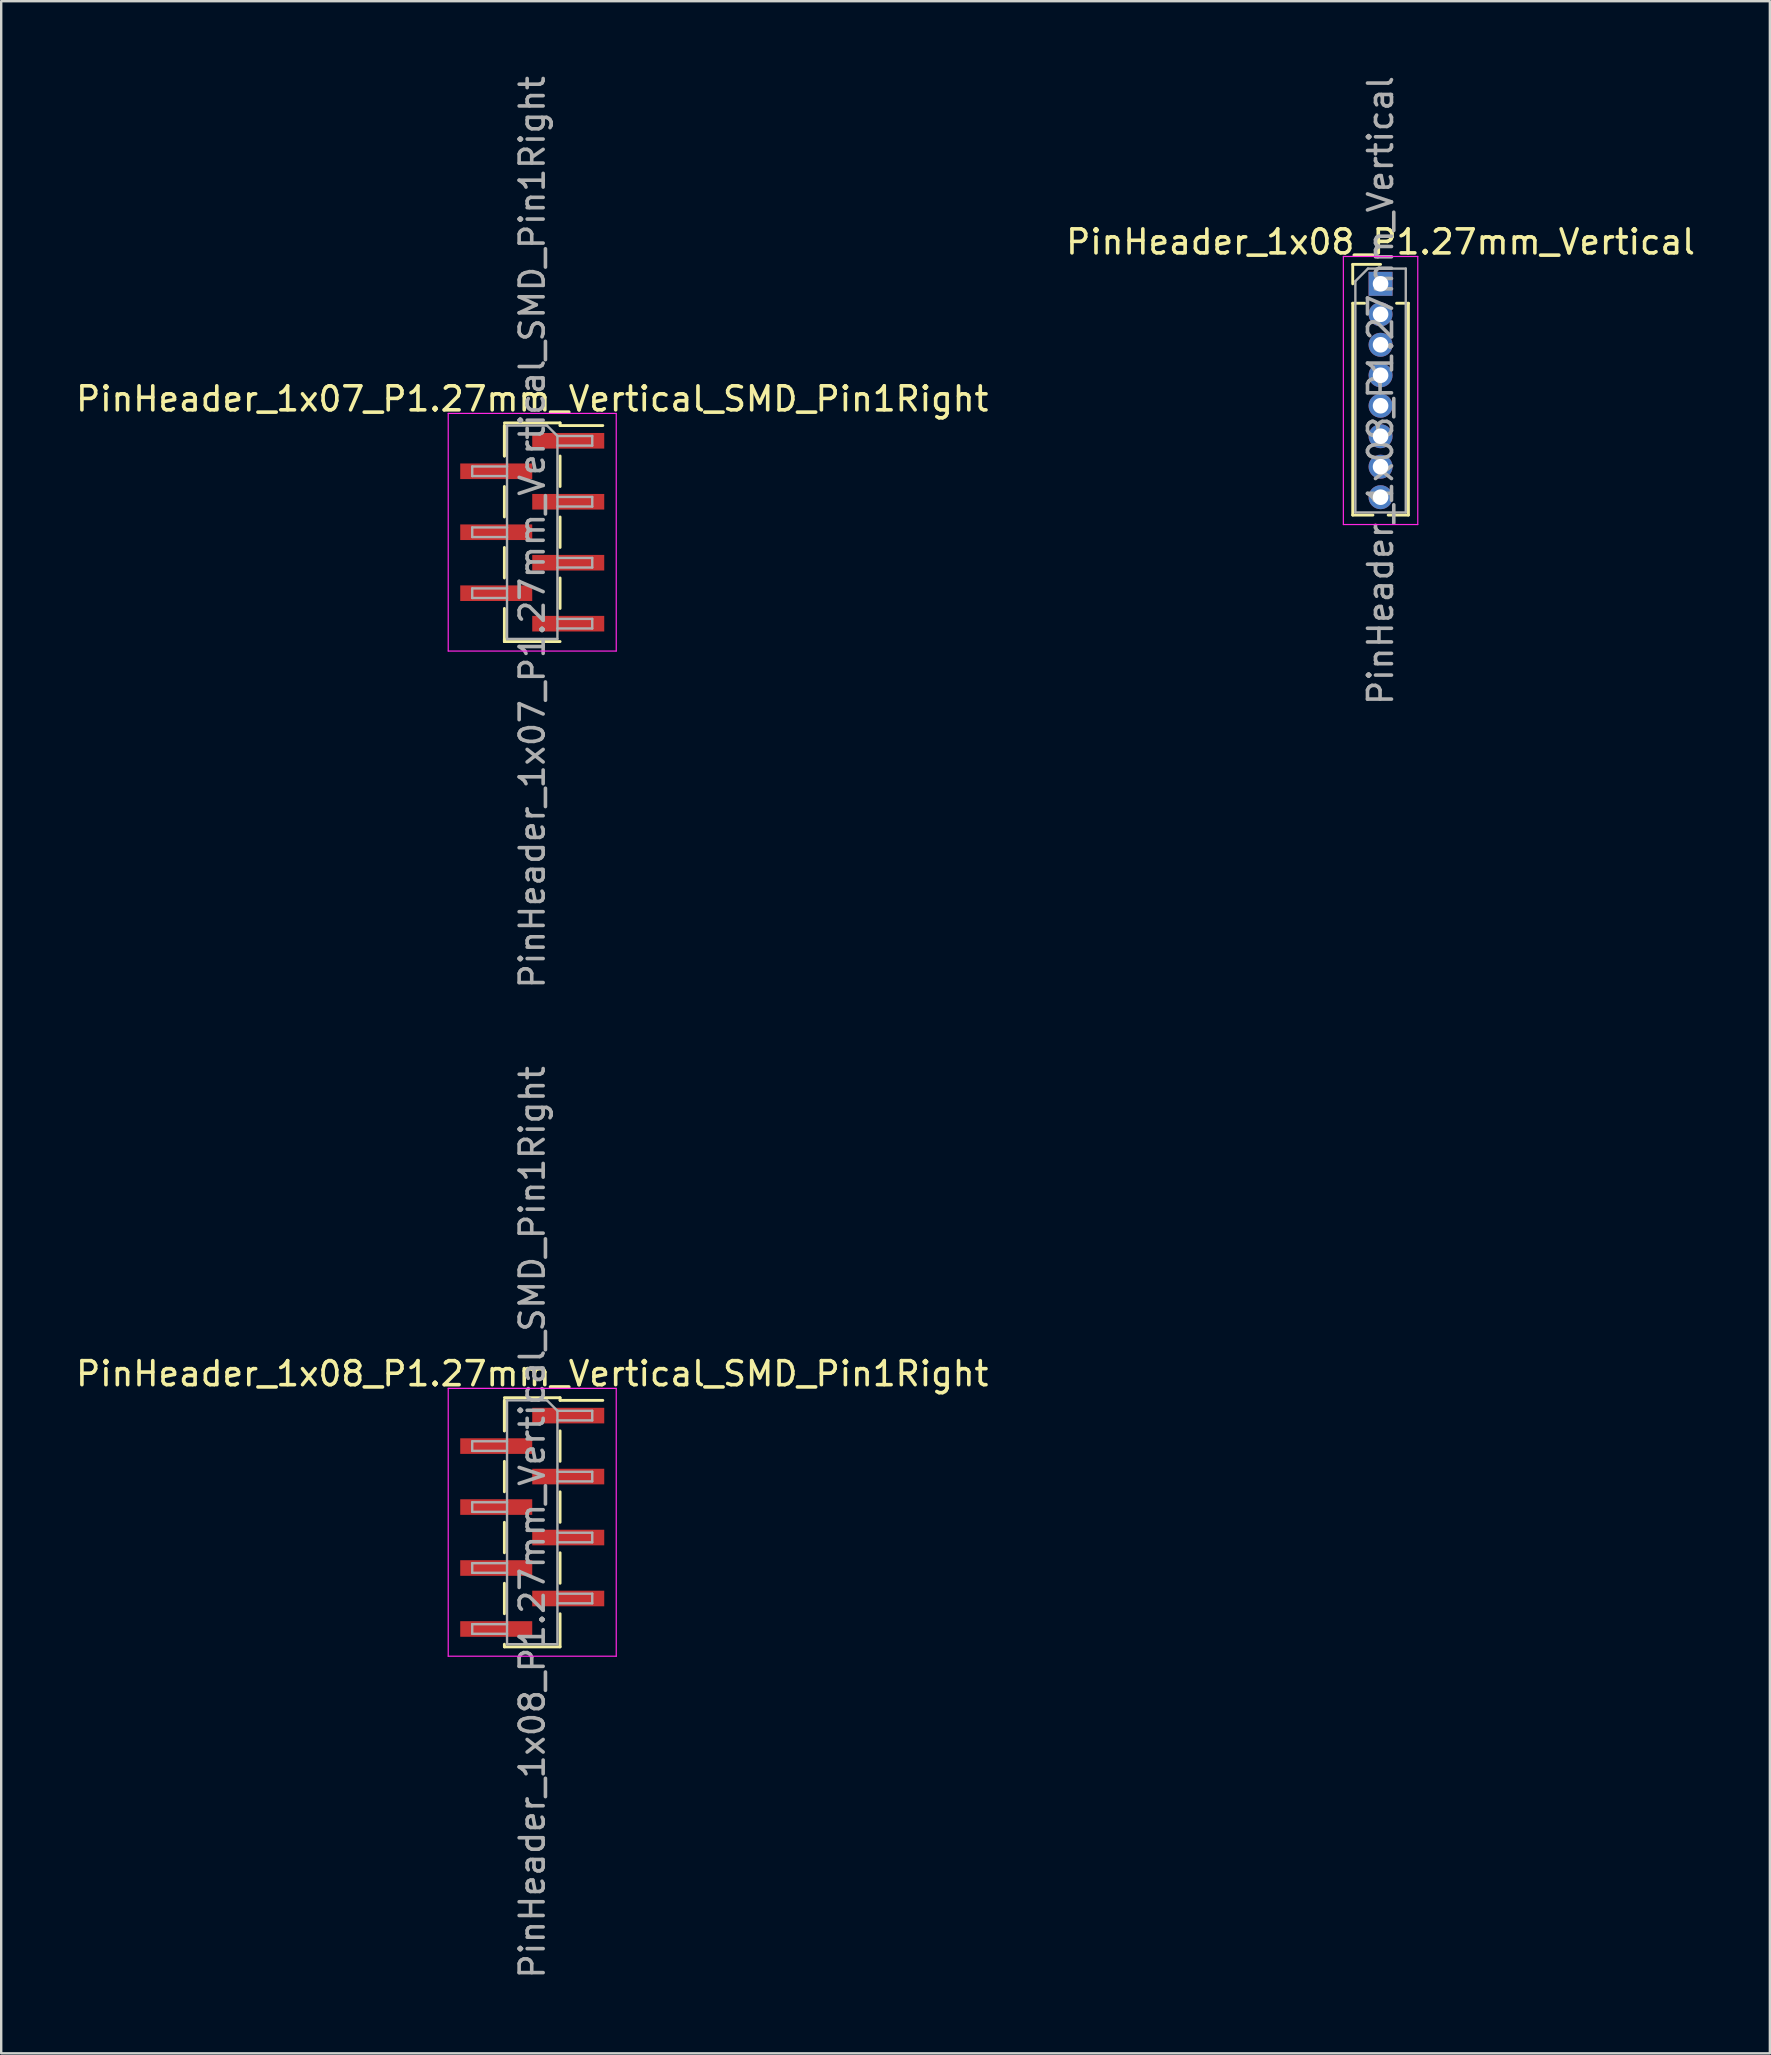
<source format=kicad_pcb>
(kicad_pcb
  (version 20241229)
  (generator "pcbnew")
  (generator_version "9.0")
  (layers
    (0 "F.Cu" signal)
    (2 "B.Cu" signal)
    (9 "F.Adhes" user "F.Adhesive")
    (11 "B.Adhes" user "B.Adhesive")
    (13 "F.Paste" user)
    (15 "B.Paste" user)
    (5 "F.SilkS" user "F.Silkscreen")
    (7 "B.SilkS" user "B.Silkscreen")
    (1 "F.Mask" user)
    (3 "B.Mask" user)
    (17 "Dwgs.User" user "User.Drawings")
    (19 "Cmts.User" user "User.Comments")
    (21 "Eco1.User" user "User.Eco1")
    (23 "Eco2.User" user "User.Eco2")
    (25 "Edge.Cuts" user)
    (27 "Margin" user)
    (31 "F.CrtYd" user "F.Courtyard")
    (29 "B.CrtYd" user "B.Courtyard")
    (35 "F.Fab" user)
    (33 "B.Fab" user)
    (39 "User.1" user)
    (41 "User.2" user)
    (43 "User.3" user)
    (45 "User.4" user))
  (footprint "PinHeader_1x08_P1.27mm_Vertical_SMD_Pin1Right"
    (layer "F.Cu")
    (at 19.125 60.375)
    (property "Reference" "PinHeader_1x08_P1.27mm_Vertical_SMD_Pin1Right" (at 0 -6.19 0) (layer "F.SilkS") (effects (font (size 1 1) (thickness 0.15))))
    (attr smd)
    (fp_line (start -1.16 -5.19) (end 1.16 -5.19) (stroke (width 0.12) (type solid)) (layer "F.SilkS"))
    (fp_line (start -1.16 -5.08) (end -1.16 -3.81) (stroke (width 0.12) (type solid)) (layer "F.SilkS"))
    (fp_line (start -1.16 -5.08) (end -1.16 -3.81) (stroke (width 0.12) (type solid)) (layer "F.SilkS"))
    (fp_line (start -1.16 -2.54) (end -1.16 -1.27) (stroke (width 0.12) (type solid)) (layer "F.SilkS"))
    (fp_line (start -1.16 0) (end -1.16 1.27) (stroke (width 0.12) (type solid)) (layer "F.SilkS"))
    (fp_line (start -1.16 2.54) (end -1.16 3.81) (stroke (width 0.12) (type solid)) (layer "F.SilkS"))
    (fp_line (start -1.16 5.08) (end -1.16 5.19) (stroke (width 0.12) (type solid)) (layer "F.SilkS"))
    (fp_line (start -1.16 5.19) (end 1.16 5.19) (stroke (width 0.12) (type solid)) (layer "F.SilkS"))
    (fp_line (start 1.16 -5.19) (end 1.16 -5.08) (stroke (width 0.12) (type solid)) (layer "F.SilkS"))
    (fp_line (start 1.16 -5.08) (end 2.94 -5.08) (stroke (width 0.12) (type solid)) (layer "F.SilkS"))
    (fp_line (start 1.16 -3.81) (end 1.16 -2.54) (stroke (width 0.12) (type solid)) (layer "F.SilkS"))
    (fp_line (start 1.16 -1.27) (end 1.16 0) (stroke (width 0.12) (type solid)) (layer "F.SilkS"))
    (fp_line (start 1.16 1.27) (end 1.16 2.54) (stroke (width 0.12) (type solid)) (layer "F.SilkS"))
    (fp_line (start 1.16 3.81) (end 1.16 5.19) (stroke (width 0.12) (type solid)) (layer "F.SilkS"))
    (fp_line (start -3.5 -5.58) (end -3.5 5.58) (stroke (width 0.05) (type solid)) (layer "F.CrtYd"))
    (fp_line (start -3.5 5.58) (end 3.5 5.58) (stroke (width 0.05) (type solid)) (layer "F.CrtYd"))
    (fp_line (start 3.5 -5.58) (end -3.5 -5.58) (stroke (width 0.05) (type solid)) (layer "F.CrtYd"))
    (fp_line (start 3.5 5.58) (end 3.5 -5.58) (stroke (width 0.05) (type solid)) (layer "F.CrtYd"))
    (fp_line (start -2.5 -3.375) (end -2.5 -2.975) (stroke (width 0.1) (type solid)) (layer "F.Fab"))
    (fp_line (start -2.5 -2.975) (end -1.05 -2.975) (stroke (width 0.1) (type solid)) (layer "F.Fab"))
    (fp_line (start -2.5 -0.835) (end -2.5 -0.435) (stroke (width 0.1) (type solid)) (layer "F.Fab"))
    (fp_line (start -2.5 -0.435) (end -1.05 -0.435) (stroke (width 0.1) (type solid)) (layer "F.Fab"))
    (fp_line (start -2.5 1.705) (end -2.5 2.105) (stroke (width 0.1) (type solid)) (layer "F.Fab"))
    (fp_line (start -2.5 2.105) (end -1.05 2.105) (stroke (width 0.1) (type solid)) (layer "F.Fab"))
    (fp_line (start -2.5 4.245) (end -2.5 4.645) (stroke (width 0.1) (type solid)) (layer "F.Fab"))
    (fp_line (start -2.5 4.645) (end -1.05 4.645) (stroke (width 0.1) (type solid)) (layer "F.Fab"))
    (fp_line (start -1.05 -5.08) (end -1.05 5.08) (stroke (width 0.1) (type solid)) (layer "F.Fab"))
    (fp_line (start -1.05 -5.08) (end 0.615 -5.08) (stroke (width 0.1) (type solid)) (layer "F.Fab"))
    (fp_line (start -1.05 -3.375) (end -2.5 -3.375) (stroke (width 0.1) (type solid)) (layer "F.Fab"))
    (fp_line (start -1.05 -0.835) (end -2.5 -0.835) (stroke (width 0.1) (type solid)) (layer "F.Fab"))
    (fp_line (start -1.05 1.705) (end -2.5 1.705) (stroke (width 0.1) (type solid)) (layer "F.Fab"))
    (fp_line (start -1.05 4.245) (end -2.5 4.245) (stroke (width 0.1) (type solid)) (layer "F.Fab"))
    (fp_line (start 1.05 -4.645) (end 0.615 -5.08) (stroke (width 0.1) (type solid)) (layer "F.Fab"))
    (fp_line (start 1.05 -4.645) (end 2.5 -4.645) (stroke (width 0.1) (type solid)) (layer "F.Fab"))
    (fp_line (start 1.05 -2.105) (end 2.5 -2.105) (stroke (width 0.1) (type solid)) (layer "F.Fab"))
    (fp_line (start 1.05 0.435) (end 2.5 0.435) (stroke (width 0.1) (type solid)) (layer "F.Fab"))
    (fp_line (start 1.05 2.975) (end 2.5 2.975) (stroke (width 0.1) (type solid)) (layer "F.Fab"))
    (fp_line (start 1.05 5.08) (end -1.05 5.08) (stroke (width 0.1) (type solid)) (layer "F.Fab"))
    (fp_line (start 1.05 5.08) (end 1.05 -4.645) (stroke (width 0.1) (type solid)) (layer "F.Fab"))
    (fp_line (start 2.5 -4.645) (end 2.5 -4.245) (stroke (width 0.1) (type solid)) (layer "F.Fab"))
    (fp_line (start 2.5 -4.245) (end 1.05 -4.245) (stroke (width 0.1) (type solid)) (layer "F.Fab"))
    (fp_line (start 2.5 -2.105) (end 2.5 -1.705) (stroke (width 0.1) (type solid)) (layer "F.Fab"))
    (fp_line (start 2.5 -1.705) (end 1.05 -1.705) (stroke (width 0.1) (type solid)) (layer "F.Fab"))
    (fp_line (start 2.5 0.435) (end 2.5 0.835) (stroke (width 0.1) (type solid)) (layer "F.Fab"))
    (fp_line (start 2.5 0.835) (end 1.05 0.835) (stroke (width 0.1) (type solid)) (layer "F.Fab"))
    (fp_line (start 2.5 2.975) (end 2.5 3.375) (stroke (width 0.1) (type solid)) (layer "F.Fab"))
    (fp_line (start 2.5 3.375) (end 1.05 3.375) (stroke (width 0.1) (type solid)) (layer "F.Fab"))
    (fp_text user "${REFERENCE}" (at 0 0 90) (layer "F.Fab") (effects (font (size 1 1) (thickness 0.15))))
    (pad "1" smd rect (at 1.5 -4.445) (size 3 0.65) (layers "F.Cu" "F.Mask" "F.Paste"))
    (pad "2" smd rect (at -1.5 -3.175) (size 3 0.65) (layers "F.Cu" "F.Mask" "F.Paste"))
    (pad "3" smd rect (at 1.5 -1.905) (size 3 0.65) (layers "F.Cu" "F.Mask" "F.Paste"))
    (pad "4" smd rect (at -1.5 -0.635) (size 3 0.65) (layers "F.Cu" "F.Mask" "F.Paste"))
    (pad "5" smd rect (at 1.5 0.635) (size 3 0.65) (layers "F.Cu" "F.Mask" "F.Paste"))
    (pad "6" smd rect (at -1.5 1.905) (size 3 0.65) (layers "F.Cu" "F.Mask" "F.Paste"))
    (pad "7" smd rect (at 1.5 3.175) (size 3 0.65) (layers "F.Cu" "F.Mask" "F.Paste"))
    (pad "8" smd rect (at -1.5 4.445) (size 3 0.65) (layers "F.Cu" "F.Mask" "F.Paste")))
  (footprint "PinHeader_1x08_P1.27mm_Vertical"
    (layer "F.Cu")
    (at 54.47 8.775)
    (property "Reference" "PinHeader_1x08_P1.27mm_Vertical" (at 0 -1.745 0) (layer "F.SilkS") (effects (font (size 1 1) (thickness 0.15))))
    (attr through_hole)
    (fp_line (start -1.16 -0.81) (end 0 -0.81) (stroke (width 0.12) (type solid)) (layer "F.SilkS"))
    (fp_line (start -1.16 0) (end -1.16 -0.81) (stroke (width 0.12) (type solid)) (layer "F.SilkS"))
    (fp_line (start -1.16 0.81) (end -1.16 9.635) (stroke (width 0.12) (type solid)) (layer "F.SilkS"))
    (fp_line (start -1.16 0.81) (end -0.667 0.81) (stroke (width 0.12) (type solid)) (layer "F.SilkS"))
    (fp_line (start -1.16 9.635) (end -0.318 9.635) (stroke (width 0.12) (type solid)) (layer "F.SilkS"))
    (fp_line (start 0.318 9.635) (end 1.16 9.635) (stroke (width 0.12) (type solid)) (layer "F.SilkS"))
    (fp_line (start 0.667 0.81) (end 1.16 0.81) (stroke (width 0.12) (type solid)) (layer "F.SilkS"))
    (fp_line (start 1.16 0.81) (end 1.16 9.635) (stroke (width 0.12) (type solid)) (layer "F.SilkS"))
    (fp_line (start -1.55 -1.14) (end -1.55 10.03) (stroke (width 0.05) (type solid)) (layer "F.CrtYd"))
    (fp_line (start -1.55 10.03) (end 1.55 10.03) (stroke (width 0.05) (type solid)) (layer "F.CrtYd"))
    (fp_line (start 1.55 -1.14) (end -1.55 -1.14) (stroke (width 0.05) (type solid)) (layer "F.CrtYd"))
    (fp_line (start 1.55 10.03) (end 1.55 -1.14) (stroke (width 0.05) (type solid)) (layer "F.CrtYd"))
    (fp_line (start -1.05 -0.11) (end -0.525 -0.635) (stroke (width 0.1) (type solid)) (layer "F.Fab"))
    (fp_line (start -1.05 9.525) (end -1.05 -0.11) (stroke (width 0.1) (type solid)) (layer "F.Fab"))
    (fp_line (start -0.525 -0.635) (end 1.05 -0.635) (stroke (width 0.1) (type solid)) (layer "F.Fab"))
    (fp_line (start 1.05 -0.635) (end 1.05 9.525) (stroke (width 0.1) (type solid)) (layer "F.Fab"))
    (fp_line (start 1.05 9.525) (end -1.05 9.525) (stroke (width 0.1) (type solid)) (layer "F.Fab"))
    (fp_text user "${REFERENCE}" (at 0 4.445 90) (layer "F.Fab") (effects (font (size 1 1) (thickness 0.15))))
    (pad "1" thru_hole rect (at 0 0) (size 1 1) (drill 0.65) (layers "*.Cu" "*.Mask"))
    (pad "2" thru_hole circle (at 0 1.27) (size 1 1) (drill 0.65) (layers "*.Cu" "*.Mask"))
    (pad "3" thru_hole circle (at 0 2.54) (size 1 1) (drill 0.65) (layers "*.Cu" "*.Mask"))
    (pad "4" thru_hole circle (at 0 3.81) (size 1 1) (drill 0.65) (layers "*.Cu" "*.Mask"))
    (pad "5" thru_hole circle (at 0 5.08) (size 1 1) (drill 0.65) (layers "*.Cu" "*.Mask"))
    (pad "6" thru_hole circle (at 0 6.35) (size 1 1) (drill 0.65) (layers "*.Cu" "*.Mask"))
    (pad "7" thru_hole circle (at 0 7.62) (size 1 1) (drill 0.65) (layers "*.Cu" "*.Mask"))
    (pad "8" thru_hole circle (at 0 8.89) (size 1 1) (drill 0.65) (layers "*.Cu" "*.Mask")))
  (footprint "PinHeader_1x07_P1.27mm_Vertical_SMD_Pin1Right"
    (layer "F.Cu")
    (at 19.125 19.125)
    (property "Reference" "PinHeader_1x07_P1.27mm_Vertical_SMD_Pin1Right" (at 0 -5.555 0) (layer "F.SilkS") (effects (font (size 1 1) (thickness 0.15))))
    (attr smd)
    (fp_line (start -1.16 -4.555) (end 1.16 -4.555) (stroke (width 0.12) (type solid)) (layer "F.SilkS"))
    (fp_line (start -1.16 -4.445) (end -1.16 -3.175) (stroke (width 0.12) (type solid)) (layer "F.SilkS"))
    (fp_line (start -1.16 -4.445) (end -1.16 -3.175) (stroke (width 0.12) (type solid)) (layer "F.SilkS"))
    (fp_line (start -1.16 -1.905) (end -1.16 -0.635) (stroke (width 0.12) (type solid)) (layer "F.SilkS"))
    (fp_line (start -1.16 0.635) (end -1.16 1.905) (stroke (width 0.12) (type solid)) (layer "F.SilkS"))
    (fp_line (start -1.16 3.175) (end -1.16 4.555) (stroke (width 0.12) (type solid)) (layer "F.SilkS"))
    (fp_line (start -1.16 4.445) (end -1.16 4.555) (stroke (width 0.12) (type solid)) (layer "F.SilkS"))
    (fp_line (start -1.16 4.555) (end 1.16 4.555) (stroke (width 0.12) (type solid)) (layer "F.SilkS"))
    (fp_line (start 1.16 -4.555) (end 1.16 -4.445) (stroke (width 0.12) (type solid)) (layer "F.SilkS"))
    (fp_line (start 1.16 -4.445) (end 2.94 -4.445) (stroke (width 0.12) (type solid)) (layer "F.SilkS"))
    (fp_line (start 1.16 -3.175) (end 1.16 -1.905) (stroke (width 0.12) (type solid)) (layer "F.SilkS"))
    (fp_line (start 1.16 -0.635) (end 1.16 0.635) (stroke (width 0.12) (type solid)) (layer "F.SilkS"))
    (fp_line (start 1.16 1.905) (end 1.16 3.175) (stroke (width 0.12) (type solid)) (layer "F.SilkS"))
    (fp_line (start -3.5 -4.95) (end -3.5 4.95) (stroke (width 0.05) (type solid)) (layer "F.CrtYd"))
    (fp_line (start -3.5 4.95) (end 3.5 4.95) (stroke (width 0.05) (type solid)) (layer "F.CrtYd"))
    (fp_line (start 3.5 -4.95) (end -3.5 -4.95) (stroke (width 0.05) (type solid)) (layer "F.CrtYd"))
    (fp_line (start 3.5 4.95) (end 3.5 -4.95) (stroke (width 0.05) (type solid)) (layer "F.CrtYd"))
    (fp_line (start -2.5 -2.74) (end -2.5 -2.34) (stroke (width 0.1) (type solid)) (layer "F.Fab"))
    (fp_line (start -2.5 -2.34) (end -1.05 -2.34) (stroke (width 0.1) (type solid)) (layer "F.Fab"))
    (fp_line (start -2.5 -0.2) (end -2.5 0.2) (stroke (width 0.1) (type solid)) (layer "F.Fab"))
    (fp_line (start -2.5 0.2) (end -1.05 0.2) (stroke (width 0.1) (type solid)) (layer "F.Fab"))
    (fp_line (start -2.5 2.34) (end -2.5 2.74) (stroke (width 0.1) (type solid)) (layer "F.Fab"))
    (fp_line (start -2.5 2.74) (end -1.05 2.74) (stroke (width 0.1) (type solid)) (layer "F.Fab"))
    (fp_line (start -1.05 -4.445) (end -1.05 4.445) (stroke (width 0.1) (type solid)) (layer "F.Fab"))
    (fp_line (start -1.05 -4.445) (end 0.615 -4.445) (stroke (width 0.1) (type solid)) (layer "F.Fab"))
    (fp_line (start -1.05 -2.74) (end -2.5 -2.74) (stroke (width 0.1) (type solid)) (layer "F.Fab"))
    (fp_line (start -1.05 -0.2) (end -2.5 -0.2) (stroke (width 0.1) (type solid)) (layer "F.Fab"))
    (fp_line (start -1.05 2.34) (end -2.5 2.34) (stroke (width 0.1) (type solid)) (layer "F.Fab"))
    (fp_line (start 1.05 -4.01) (end 0.615 -4.445) (stroke (width 0.1) (type solid)) (layer "F.Fab"))
    (fp_line (start 1.05 -4.01) (end 2.5 -4.01) (stroke (width 0.1) (type solid)) (layer "F.Fab"))
    (fp_line (start 1.05 -1.47) (end 2.5 -1.47) (stroke (width 0.1) (type solid)) (layer "F.Fab"))
    (fp_line (start 1.05 1.07) (end 2.5 1.07) (stroke (width 0.1) (type solid)) (layer "F.Fab"))
    (fp_line (start 1.05 3.61) (end 2.5 3.61) (stroke (width 0.1) (type solid)) (layer "F.Fab"))
    (fp_line (start 1.05 4.445) (end -1.05 4.445) (stroke (width 0.1) (type solid)) (layer "F.Fab"))
    (fp_line (start 1.05 4.445) (end 1.05 -4.01) (stroke (width 0.1) (type solid)) (layer "F.Fab"))
    (fp_line (start 2.5 -4.01) (end 2.5 -3.61) (stroke (width 0.1) (type solid)) (layer "F.Fab"))
    (fp_line (start 2.5 -3.61) (end 1.05 -3.61) (stroke (width 0.1) (type solid)) (layer "F.Fab"))
    (fp_line (start 2.5 -1.47) (end 2.5 -1.07) (stroke (width 0.1) (type solid)) (layer "F.Fab"))
    (fp_line (start 2.5 -1.07) (end 1.05 -1.07) (stroke (width 0.1) (type solid)) (layer "F.Fab"))
    (fp_line (start 2.5 1.07) (end 2.5 1.47) (stroke (width 0.1) (type solid)) (layer "F.Fab"))
    (fp_line (start 2.5 1.47) (end 1.05 1.47) (stroke (width 0.1) (type solid)) (layer "F.Fab"))
    (fp_line (start 2.5 3.61) (end 2.5 4.01) (stroke (width 0.1) (type solid)) (layer "F.Fab"))
    (fp_line (start 2.5 4.01) (end 1.05 4.01) (stroke (width 0.1) (type solid)) (layer "F.Fab"))
    (fp_text user "${REFERENCE}" (at 0 0 90) (layer "F.Fab") (effects (font (size 1 1) (thickness 0.15))))
    (pad "1" smd rect (at 1.5 -3.81) (size 3 0.65) (layers "F.Cu" "F.Mask" "F.Paste"))
    (pad "2" smd rect (at -1.5 -2.54) (size 3 0.65) (layers "F.Cu" "F.Mask" "F.Paste"))
    (pad "3" smd rect (at 1.5 -1.27) (size 3 0.65) (layers "F.Cu" "F.Mask" "F.Paste"))
    (pad "4" smd rect (at -1.5 0) (size 3 0.65) (layers "F.Cu" "F.Mask" "F.Paste"))
    (pad "5" smd rect (at 1.5 1.27) (size 3 0.65) (layers "F.Cu" "F.Mask" "F.Paste"))
    (pad "6" smd rect (at -1.5 2.54) (size 3 0.65) (layers "F.Cu" "F.Mask" "F.Paste"))
    (pad "7" smd rect (at 1.5 3.81) (size 3 0.65) (layers "F.Cu" "F.Mask" "F.Paste")))
  (gr_rect
    (start -3 -3)
    (end 70.69 82.5)
    (stroke (width 0.1) (type default))
    (fill no)
    (layer "Edge.Cuts")))
</source>
